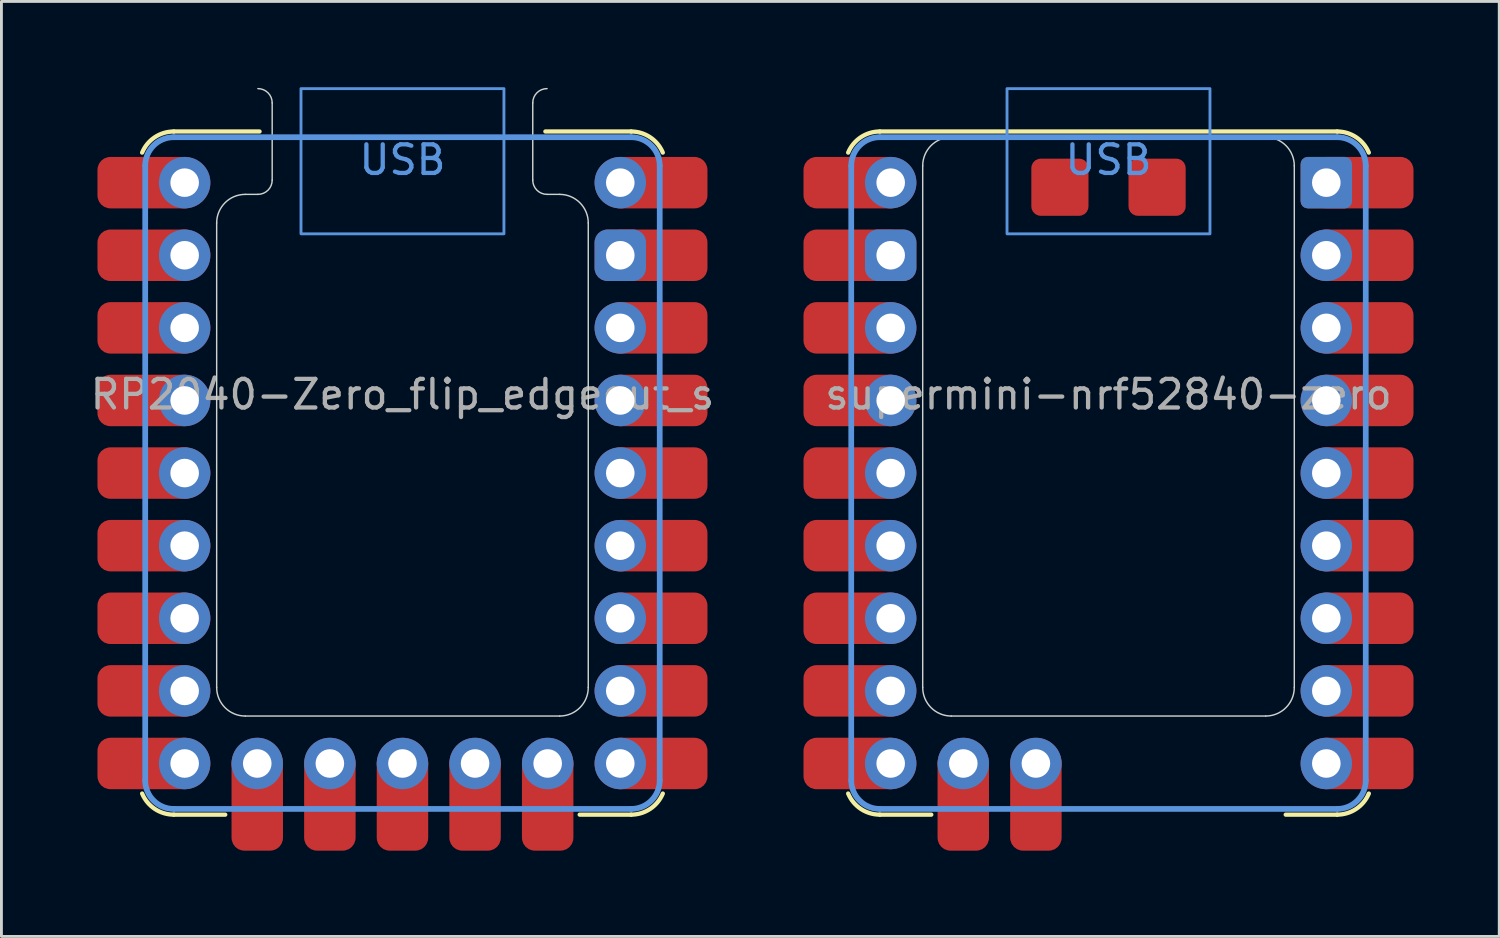
<source format=kicad_pcb>
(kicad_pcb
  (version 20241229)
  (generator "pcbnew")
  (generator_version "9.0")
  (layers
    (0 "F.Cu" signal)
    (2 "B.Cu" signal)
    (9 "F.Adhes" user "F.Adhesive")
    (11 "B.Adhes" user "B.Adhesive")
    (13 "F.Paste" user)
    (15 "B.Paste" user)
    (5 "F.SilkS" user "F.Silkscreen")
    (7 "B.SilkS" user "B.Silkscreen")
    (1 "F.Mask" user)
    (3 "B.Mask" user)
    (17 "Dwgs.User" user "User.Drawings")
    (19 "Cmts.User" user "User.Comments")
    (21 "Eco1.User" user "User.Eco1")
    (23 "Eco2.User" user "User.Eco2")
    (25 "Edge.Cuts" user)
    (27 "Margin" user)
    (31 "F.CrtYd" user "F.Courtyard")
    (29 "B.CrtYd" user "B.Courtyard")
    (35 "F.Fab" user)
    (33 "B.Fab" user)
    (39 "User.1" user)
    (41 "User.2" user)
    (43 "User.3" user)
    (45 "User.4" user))
  (footprint "supermini-nrf52840-zero"
    (layer "F.Cu")
    (at 35.73 13.5)
    (property "Reference" "supermini-nrf52840-zero" (at 0 -2.75 0) (unlocked yes) (layer "F.Fab") (effects (font (size 1 1) (thickness 0.15))))
    (attr through_hole)
    (fp_line (start -8 -11.95) (end 8 -11.95) (stroke (width 0.15) (type default)) (layer "F.SilkS"))
    (fp_line (start -8 11.95) (end -6.2 11.95) (stroke (width 0.15) (type default)) (layer "F.SilkS"))
    (fp_line (start 8 11.95) (end 6.2 11.95) (stroke (width 0.15) (type default)) (layer "F.SilkS"))
    (fp_arc (start -9.107693 -11.211539) (mid -8.665641 -11.748461) (end -8.000001 -11.950001) (stroke (width 0.15) (type default)) (layer "F.SilkS"))
    (fp_arc (start -8.000001 11.950001) (mid -8.665641 11.748461) (end -9.107693 11.211539) (stroke (width 0.15) (type default)) (layer "F.SilkS"))
    (fp_arc (start 8.000001 -11.950001) (mid 8.665641 -11.748461) (end 9.107693 -11.211539) (stroke (width 0.15) (type default)) (layer "F.SilkS"))
    (fp_arc (start 9.107693 11.211539) (mid 8.665641 11.748461) (end 8.000001 11.950001) (stroke (width 0.15) (type default)) (layer "F.SilkS"))
    (fp_line (start -9 10.75) (end -9 -10.75) (stroke (width 0.2) (type default)) (layer "Cmts.User"))
    (fp_line (start -8 -11.75) (end 8 -11.75) (stroke (width 0.2) (type default)) (layer "Cmts.User"))
    (fp_line (start 8 11.75) (end -8 11.75) (stroke (width 0.2) (type default)) (layer "Cmts.User"))
    (fp_line (start 9 -10.75) (end 9 10.75) (stroke (width 0.2) (type default)) (layer "Cmts.User"))
    (fp_rect (start -3.55 -13.45) (end 3.55 -8.37) (stroke (width 0.1) (type default)) (fill no) (layer "Cmts.User"))
    (fp_arc (start -9 -10.75) (mid -8.707107 -11.457107) (end -8 -11.75) (stroke (width 0.2) (type default)) (layer "Cmts.User"))
    (fp_arc (start -8 11.75) (mid -8.707107 11.457107) (end -9 10.75) (stroke (width 0.2) (type default)) (layer "Cmts.User"))
    (fp_arc (start 8 -11.75) (mid 8.707107 -11.457107) (end 9 -10.75) (stroke (width 0.2) (type default)) (layer "Cmts.User"))
    (fp_arc (start 9 10.75) (mid 8.707107 11.457107) (end 8 11.75) (stroke (width 0.2) (type default)) (layer "Cmts.User"))
    (fp_line (start -6.5 7.5) (end -6.5 -10.75) (stroke (width 0.05) (type default)) (layer "Edge.Cuts"))
    (fp_line (start 5.5 -11.75) (end -5.5 -11.75) (stroke (width 0.05) (type default)) (layer "Edge.Cuts"))
    (fp_line (start 5.5 8.5) (end -5.5 8.5) (stroke (width 0.05) (type default)) (layer "Edge.Cuts"))
    (fp_line (start 6.5 -10.75) (end 6.5 7.5) (stroke (width 0.05) (type default)) (layer "Edge.Cuts"))
    (fp_arc (start -6.5 -10.75) (mid -6.207107 -11.457107) (end -5.5 -11.75) (stroke (width 0.05) (type default)) (layer "Edge.Cuts"))
    (fp_arc (start -5.5 8.5) (mid -6.207107 8.207107) (end -6.5 7.5) (stroke (width 0.05) (type default)) (layer "Edge.Cuts"))
    (fp_arc (start 5.5 -11.75) (mid 6.207107 -11.457107) (end 6.5 -10.75) (stroke (width 0.05) (type default)) (layer "Edge.Cuts"))
    (fp_arc (start 6.5 7.5) (mid 6.207107 8.207107) (end 5.5 8.5) (stroke (width 0.05) (type default)) (layer "Edge.Cuts"))
    (fp_text user "USB" (at 0 -10.37 0) (layer "Cmts.User") (effects (font (size 1 1) (thickness 0.15)) (justify bottom)))
    (pad "1" smd roundrect (at -8.92 -10.16) (size 3.5 1.8) (layers "F.Cu" "F.Mask") (roundrect_rratio 0.25))
    (pad "1" thru_hole circle (at -7.62 -10.16) (size 1.8 1.8) (drill 1) (layers "*.Cu" "*.Mask"))
    (pad "2" smd roundrect (at -8.92 -7.62) (size 3.5 1.8) (layers "F.Cu" "F.Mask") (roundrect_rratio 0.25))
    (pad "2" thru_hole roundrect (at -7.62 -7.62) (size 1.8 1.8) (drill 1) (layers "*.Cu" "*.Mask") (roundrect_rratio 0.25))
    (pad "3" smd roundrect (at -8.92 -5.08) (size 3.5 1.8) (layers "F.Cu" "F.Mask") (roundrect_rratio 0.25))
    (pad "3" thru_hole circle (at -7.62 -5.08) (size 1.8 1.8) (drill 1) (layers "*.Cu" "*.Mask"))
    (pad "4" smd roundrect (at -8.92 -2.54) (size 3.5 1.8) (layers "F.Cu" "F.Mask") (roundrect_rratio 0.25))
    (pad "4" thru_hole circle (at -7.62 -2.54) (size 1.8 1.8) (drill 1) (layers "*.Cu" "*.Mask"))
    (pad "5" smd roundrect (at -8.92 0) (size 3.5 1.8) (layers "F.Cu" "F.Mask") (roundrect_rratio 0.25))
    (pad "5" thru_hole circle (at -7.62 0) (size 1.8 1.8) (drill 1) (layers "*.Cu" "*.Mask"))
    (pad "6" smd roundrect (at -8.92 2.54) (size 3.5 1.8) (layers "F.Cu" "F.Mask") (roundrect_rratio 0.25))
    (pad "6" thru_hole circle (at -7.62 2.54) (size 1.8 1.8) (drill 1) (layers "*.Cu" "*.Mask"))
    (pad "7" smd roundrect (at -8.92 5.08) (size 3.5 1.8) (layers "F.Cu" "F.Mask") (roundrect_rratio 0.25))
    (pad "7" thru_hole circle (at -7.62 5.08) (size 1.8 1.8) (drill 1) (layers "*.Cu" "*.Mask"))
    (pad "8" smd roundrect (at -8.92 7.62) (size 3.5 1.8) (layers "F.Cu" "F.Mask") (roundrect_rratio 0.25))
    (pad "8" thru_hole circle (at -7.62 7.62) (size 1.8 1.8) (drill 1) (layers "*.Cu" "*.Mask"))
    (pad "9" smd roundrect (at -8.92 10.16) (size 3.5 1.8) (layers "F.Cu" "F.Mask") (roundrect_rratio 0.25))
    (pad "9" thru_hole circle (at -7.62 10.16) (size 1.8 1.8) (drill 1) (layers "*.Cu" "*.Mask"))
    (pad "13" thru_hole circle (at 7.62 -2.54) (size 1.8 1.8) (drill 1) (layers "*.Cu" "*.Mask"))
    (pad "13" smd roundrect (at 8.92 -2.54) (size 3.5 1.8) (layers "F.Cu" "F.Mask") (roundrect_rratio 0.25))
    (pad "14" thru_hole circle (at 7.62 0) (size 1.8 1.8) (drill 1) (layers "*.Cu" "*.Mask"))
    (pad "14" smd roundrect (at 8.92 0) (size 3.5 1.8) (layers "F.Cu" "F.Mask") (roundrect_rratio 0.25))
    (pad "15" thru_hole circle (at 7.62 2.54) (size 1.8 1.8) (drill 1) (layers "*.Cu" "*.Mask"))
    (pad "15" smd roundrect (at 8.92 2.54) (size 3.5 1.8) (layers "F.Cu" "F.Mask") (roundrect_rratio 0.25))
    (pad "16" thru_hole circle (at 7.62 5.08) (size 1.8 1.8) (drill 1) (layers "*.Cu" "*.Mask"))
    (pad "16" smd roundrect (at 8.92 5.08) (size 3.5 1.8) (layers "F.Cu" "F.Mask") (roundrect_rratio 0.25))
    (pad "17" thru_hole circle (at 7.62 7.62) (size 1.8 1.8) (drill 1) (layers "*.Cu" "*.Mask"))
    (pad "17" smd roundrect (at 8.92 7.62) (size 3.5 1.8) (layers "F.Cu" "F.Mask") (roundrect_rratio 0.25))
    (pad "18" thru_hole circle (at 7.62 10.16) (size 1.8 1.8) (drill 1) (layers "*.Cu" "*.Mask"))
    (pad "18" smd roundrect (at 8.92 10.16) (size 3.5 1.8) (layers "F.Cu" "F.Mask") (roundrect_rratio 0.25))
    (pad "19" thru_hole circle (at -5.08 10.16 270) (size 1.8 1.8) (drill 1) (layers "*.Cu" "*.Mask"))
    (pad "19" smd roundrect (at -5.08 11.46 270) (size 3.5 1.8) (layers "F.Cu" "F.Mask") (roundrect_rratio 0.25))
    (pad "20" thru_hole circle (at -2.54 10.16 270) (size 1.8 1.8) (drill 1) (layers "*.Cu" "*.Mask"))
    (pad "20" smd roundrect (at -2.54 11.46 270) (size 3.5 1.8) (layers "F.Cu" "F.Mask") (roundrect_rratio 0.25))
    (pad "B+" smd roundrect (at -1.7 -10) (size 2 2) (layers "F.Cu" "F.Mask" "F.Paste") (roundrect_rratio 0.164))
    (pad "B-" smd roundrect (at 1.7 -10) (size 2 2) (layers "F.Cu" "F.Mask" "F.Paste") (roundrect_rratio 0.164))
    (pad "GND" thru_hole roundrect (at 7.62 -10.16 180) (size 1.8 1.8) (drill 1) (layers "*.Cu" "*.Mask") (roundrect_rratio 0.139))
    (pad "GND" smd roundrect (at 8.92 -10.16 180) (size 3.5 1.8) (layers "F.Cu" "F.Mask") (roundrect_rratio 0.25))
    (pad "V3C3" thru_hole circle (at 7.62 -5.08 180) (size 1.8 1.8) (drill 1) (layers "*.Cu" "*.Mask"))
    (pad "V3C3" smd roundrect (at 8.92 -5.08 180) (size 3.5 1.8) (layers "F.Cu" "F.Mask") (roundrect_rratio 0.25))
    (pad "VCC5" thru_hole circle (at 7.62 -7.62 180) (size 1.8 1.8) (drill 1) (layers "*.Cu" "*.Mask"))
    (pad "VCC5" smd roundrect (at 8.92 -7.62 180) (size 3.5 1.8) (layers "F.Cu" "F.Mask") (roundrect_rratio 0.25)))
  (footprint "RP2040-Zero_flip_edgecut_s"
    (layer "F.Cu")
    (at 11.03 13.5)
    (property "Reference" "RP2040-Zero_flip_edgecut_s" (at 0 -2.75 0) (unlocked yes) (layer "F.Fab") (effects (font (size 1 1) (thickness 0.15))))
    (attr through_hole)
    (fp_line (start -8 11.95) (end -6.2 11.95) (stroke (width 0.15) (type default)) (layer "F.SilkS"))
    (fp_line (start -5 -11.95) (end -8 -11.95) (stroke (width 0.15) (type default)) (layer "F.SilkS"))
    (fp_line (start 8 -11.95) (end 5 -11.95) (stroke (width 0.15) (type default)) (layer "F.SilkS"))
    (fp_line (start 8 11.95) (end 6.2 11.95) (stroke (width 0.15) (type default)) (layer "F.SilkS"))
    (fp_arc (start -9.107693 -11.211539) (mid -8.665641 -11.748461) (end -8.000001 -11.950001) (stroke (width 0.15) (type default)) (layer "F.SilkS"))
    (fp_arc (start -8.000001 11.950001) (mid -8.665641 11.748461) (end -9.107693 11.211539) (stroke (width 0.15) (type default)) (layer "F.SilkS"))
    (fp_arc (start 8.000001 -11.950001) (mid 8.665641 -11.748461) (end 9.107693 -11.211539) (stroke (width 0.15) (type default)) (layer "F.SilkS"))
    (fp_arc (start 9.107693 11.211539) (mid 8.665641 11.748461) (end 8.000001 11.950001) (stroke (width 0.15) (type default)) (layer "F.SilkS"))
    (fp_line (start -9 -10.75) (end -9 10.75) (stroke (width 0.2) (type default)) (layer "Cmts.User"))
    (fp_line (start -8 11.75) (end 8 11.75) (stroke (width 0.2) (type default)) (layer "Cmts.User"))
    (fp_line (start 8 -11.75) (end -8 -11.75) (stroke (width 0.2) (type default)) (layer "Cmts.User"))
    (fp_line (start 9 10.75) (end 9 -10.75) (stroke (width 0.2) (type default)) (layer "Cmts.User"))
    (fp_rect (start -3.55 -13.45) (end 3.55 -8.37) (stroke (width 0.1) (type default)) (fill no) (layer "Cmts.User"))
    (fp_arc (start -9 -10.75) (mid -8.707107 -11.457107) (end -8 -11.75) (stroke (width 0.2) (type default)) (layer "Cmts.User"))
    (fp_arc (start -8 11.75) (mid -8.707107 11.457107) (end -9 10.75) (stroke (width 0.2) (type default)) (layer "Cmts.User"))
    (fp_arc (start 8 -11.75) (mid 8.707107 -11.457107) (end 9 -10.75) (stroke (width 0.2) (type default)) (layer "Cmts.User"))
    (fp_arc (start 9 10.75) (mid 8.707107 11.457107) (end 8 11.75) (stroke (width 0.2) (type default)) (layer "Cmts.User"))
    (fp_line (start -6.5 -8.75) (end -6.5 7.5) (stroke (width 0.05) (type default)) (layer "Edge.Cuts"))
    (fp_line (start -5.5 -9.75) (end -5.058 -9.75) (stroke (width 0.05) (type default)) (layer "Edge.Cuts"))
    (fp_line (start -5.5 8.5) (end 5.5 8.5) (stroke (width 0.05) (type default)) (layer "Edge.Cuts"))
    (fp_line (start -4.558 -10.25) (end -4.558 -12.95) (stroke (width 0.05) (type default)) (layer "Edge.Cuts"))
    (fp_line (start 4.558 -12.95) (end 4.558 -10.25) (stroke (width 0.05) (type default)) (layer "Edge.Cuts"))
    (fp_line (start 5.5 -9.75) (end 5.058 -9.75) (stroke (width 0.05) (type default)) (layer "Edge.Cuts"))
    (fp_line (start 6.5 7.5) (end 6.5 -8.75) (stroke (width 0.05) (type default)) (layer "Edge.Cuts"))
    (fp_arc (start -6.5 -8.75) (mid -6.207107 -9.457107) (end -5.5 -9.75) (stroke (width 0.05) (type default)) (layer "Edge.Cuts"))
    (fp_arc (start -5.5 8.5) (mid -6.207107 8.207107) (end -6.5 7.5) (stroke (width 0.05) (type default)) (layer "Edge.Cuts"))
    (fp_arc (start -5.057536 -13.450107) (mid -4.703985 -13.303658) (end -4.557536 -12.950107) (stroke (width 0.05) (type default)) (layer "Edge.Cuts"))
    (fp_arc (start -4.557536 -10.250107) (mid -4.703983 -9.896554) (end -5.057536 -9.750107) (stroke (width 0.05) (type default)) (layer "Edge.Cuts"))
    (fp_arc (start 4.557536 -12.950107) (mid 4.703978 -13.303667) (end 5.057536 -13.450107) (stroke (width 0.05) (type default)) (layer "Edge.Cuts"))
    (fp_arc (start 5.057536 -9.750107) (mid 4.703984 -9.896555) (end 4.557536 -10.250107) (stroke (width 0.05) (type default)) (layer "Edge.Cuts"))
    (fp_arc (start 5.5 -9.75) (mid 6.207107 -9.457107) (end 6.5 -8.75) (stroke (width 0.05) (type default)) (layer "Edge.Cuts"))
    (fp_arc (start 6.5 7.5) (mid 6.207107 8.207107) (end 5.5 8.5) (stroke (width 0.05) (type default)) (layer "Edge.Cuts"))
    (fp_text user "USB" (at 0 -10.37 0) (layer "Cmts.User") (effects (font (size 1 1) (thickness 0.15)) (justify bottom)))
    (pad "1" thru_hole circle (at 7.62 -10.16) (size 1.8 1.8) (drill 1) (layers "*.Cu" "*.Mask"))
    (pad "1" smd roundrect (at 8.92 -10.16) (size 3.5 1.8) (layers "F.Cu" "F.Mask") (roundrect_rratio 0.25))
    (pad "2" thru_hole roundrect (at 7.62 -7.62) (size 1.8 1.8) (drill 1) (layers "*.Cu" "*.Mask") (roundrect_rratio 0.25))
    (pad "2" smd roundrect (at 8.92 -7.62) (size 3.5 1.8) (layers "F.Cu" "F.Mask") (roundrect_rratio 0.25))
    (pad "3" thru_hole circle (at 7.62 -5.08) (size 1.8 1.8) (drill 1) (layers "*.Cu" "*.Mask"))
    (pad "3" smd roundrect (at 8.92 -5.08) (size 3.5 1.8) (layers "F.Cu" "F.Mask") (roundrect_rratio 0.25))
    (pad "4" thru_hole circle (at 7.62 -2.54) (size 1.8 1.8) (drill 1) (layers "*.Cu" "*.Mask"))
    (pad "4" smd roundrect (at 8.92 -2.54) (size 3.5 1.8) (layers "F.Cu" "F.Mask") (roundrect_rratio 0.25))
    (pad "5" thru_hole circle (at 7.62 0) (size 1.8 1.8) (drill 1) (layers "*.Cu" "*.Mask"))
    (pad "5" smd roundrect (at 8.92 0) (size 3.5 1.8) (layers "F.Cu" "F.Mask") (roundrect_rratio 0.25))
    (pad "6" thru_hole circle (at 7.62 2.54) (size 1.8 1.8) (drill 1) (layers "*.Cu" "*.Mask"))
    (pad "6" smd roundrect (at 8.92 2.54) (size 3.5 1.8) (layers "F.Cu" "F.Mask") (roundrect_rratio 0.25))
    (pad "7" thru_hole circle (at 7.62 5.08) (size 1.8 1.8) (drill 1) (layers "*.Cu" "*.Mask"))
    (pad "7" smd roundrect (at 8.92 5.08) (size 3.5 1.8) (layers "F.Cu" "F.Mask") (roundrect_rratio 0.25))
    (pad "8" thru_hole circle (at 7.62 7.62) (size 1.8 1.8) (drill 1) (layers "*.Cu" "*.Mask"))
    (pad "8" smd roundrect (at 8.92 7.62) (size 3.5 1.8) (layers "F.Cu" "F.Mask") (roundrect_rratio 0.25))
    (pad "9" thru_hole circle (at 7.62 10.16) (size 1.8 1.8) (drill 1) (layers "*.Cu" "*.Mask"))
    (pad "9" smd roundrect (at 8.92 10.16) (size 3.5 1.8) (layers "F.Cu" "F.Mask") (roundrect_rratio 0.25))
    (pad "10" smd roundrect (at -8.92 -10.16 180) (size 3.5 1.8) (layers "F.Cu" "F.Mask") (roundrect_rratio 0.25))
    (pad "10" thru_hole circle (at -7.62 -10.16 180) (size 1.8 1.8) (drill 1) (layers "*.Cu" "*.Mask"))
    (pad "11" smd roundrect (at -8.92 -7.62 180) (size 3.5 1.8) (layers "F.Cu" "F.Mask") (roundrect_rratio 0.25))
    (pad "11" thru_hole circle (at -7.62 -7.62 180) (size 1.8 1.8) (drill 1) (layers "*.Cu" "*.Mask"))
    (pad "12" smd roundrect (at -8.92 -5.08 180) (size 3.5 1.8) (layers "F.Cu" "F.Mask") (roundrect_rratio 0.25))
    (pad "12" thru_hole circle (at -7.62 -5.08 180) (size 1.8 1.8) (drill 1) (layers "*.Cu" "*.Mask"))
    (pad "13" smd roundrect (at -8.92 -2.54) (size 3.5 1.8) (layers "F.Cu" "F.Mask") (roundrect_rratio 0.25))
    (pad "13" thru_hole circle (at -7.62 -2.54) (size 1.8 1.8) (drill 1) (layers "*.Cu" "*.Mask"))
    (pad "14" smd roundrect (at -8.92 0) (size 3.5 1.8) (layers "F.Cu" "F.Mask") (roundrect_rratio 0.25))
    (pad "14" thru_hole circle (at -7.62 0) (size 1.8 1.8) (drill 1) (layers "*.Cu" "*.Mask"))
    (pad "15" smd roundrect (at -8.92 2.54) (size 3.5 1.8) (layers "F.Cu" "F.Mask") (roundrect_rratio 0.25))
    (pad "15" thru_hole circle (at -7.62 2.54) (size 1.8 1.8) (drill 1) (layers "*.Cu" "*.Mask"))
    (pad "16" smd roundrect (at -8.92 5.08) (size 3.5 1.8) (layers "F.Cu" "F.Mask") (roundrect_rratio 0.25))
    (pad "16" thru_hole circle (at -7.62 5.08) (size 1.8 1.8) (drill 1) (layers "*.Cu" "*.Mask"))
    (pad "17" smd roundrect (at -8.92 7.62) (size 3.5 1.8) (layers "F.Cu" "F.Mask") (roundrect_rratio 0.25))
    (pad "17" thru_hole circle (at -7.62 7.62) (size 1.8 1.8) (drill 1) (layers "*.Cu" "*.Mask"))
    (pad "18" smd roundrect (at -8.92 10.16) (size 3.5 1.8) (layers "F.Cu" "F.Mask") (roundrect_rratio 0.25))
    (pad "18" thru_hole circle (at -7.62 10.16) (size 1.8 1.8) (drill 1) (layers "*.Cu" "*.Mask"))
    (pad "19" thru_hole circle (at 5.08 10.16 90) (size 1.8 1.8) (drill 1) (layers "*.Cu" "*.Mask"))
    (pad "19" smd roundrect (at 5.08 11.46 90) (size 3.5 1.8) (layers "F.Cu" "F.Mask") (roundrect_rratio 0.25))
    (pad "20" thru_hole circle (at 2.54 10.16 90) (size 1.8 1.8) (drill 1) (layers "*.Cu" "*.Mask"))
    (pad "20" smd roundrect (at 2.54 11.46 90) (size 3.5 1.8) (layers "F.Cu" "F.Mask") (roundrect_rratio 0.25))
    (pad "21" thru_hole circle (at 0 10.16 90) (size 1.8 1.8) (drill 1) (layers "*.Cu" "*.Mask"))
    (pad "21" smd roundrect (at 0 11.46 90) (size 3.5 1.8) (layers "F.Cu" "F.Mask") (roundrect_rratio 0.25))
    (pad "22" thru_hole circle (at -2.54 10.16 90) (size 1.8 1.8) (drill 1) (layers "*.Cu" "*.Mask"))
    (pad "22" smd roundrect (at -2.54 11.46 90) (size 3.5 1.8) (layers "F.Cu" "F.Mask") (roundrect_rratio 0.25))
    (pad "23" thru_hole circle (at -5.08 10.16 90) (size 1.8 1.8) (drill 1) (layers "*.Cu" "*.Mask"))
    (pad "23" smd roundrect (at -5.08 11.46 90) (size 3.5 1.8) (layers "F.Cu" "F.Mask") (roundrect_rratio 0.25)))
  (gr_rect
    (start -3 -3)
    (end 49.4 29.71)
    (stroke (width 0.1) (type default))
    (fill no)
    (layer "Edge.Cuts")))
</source>
